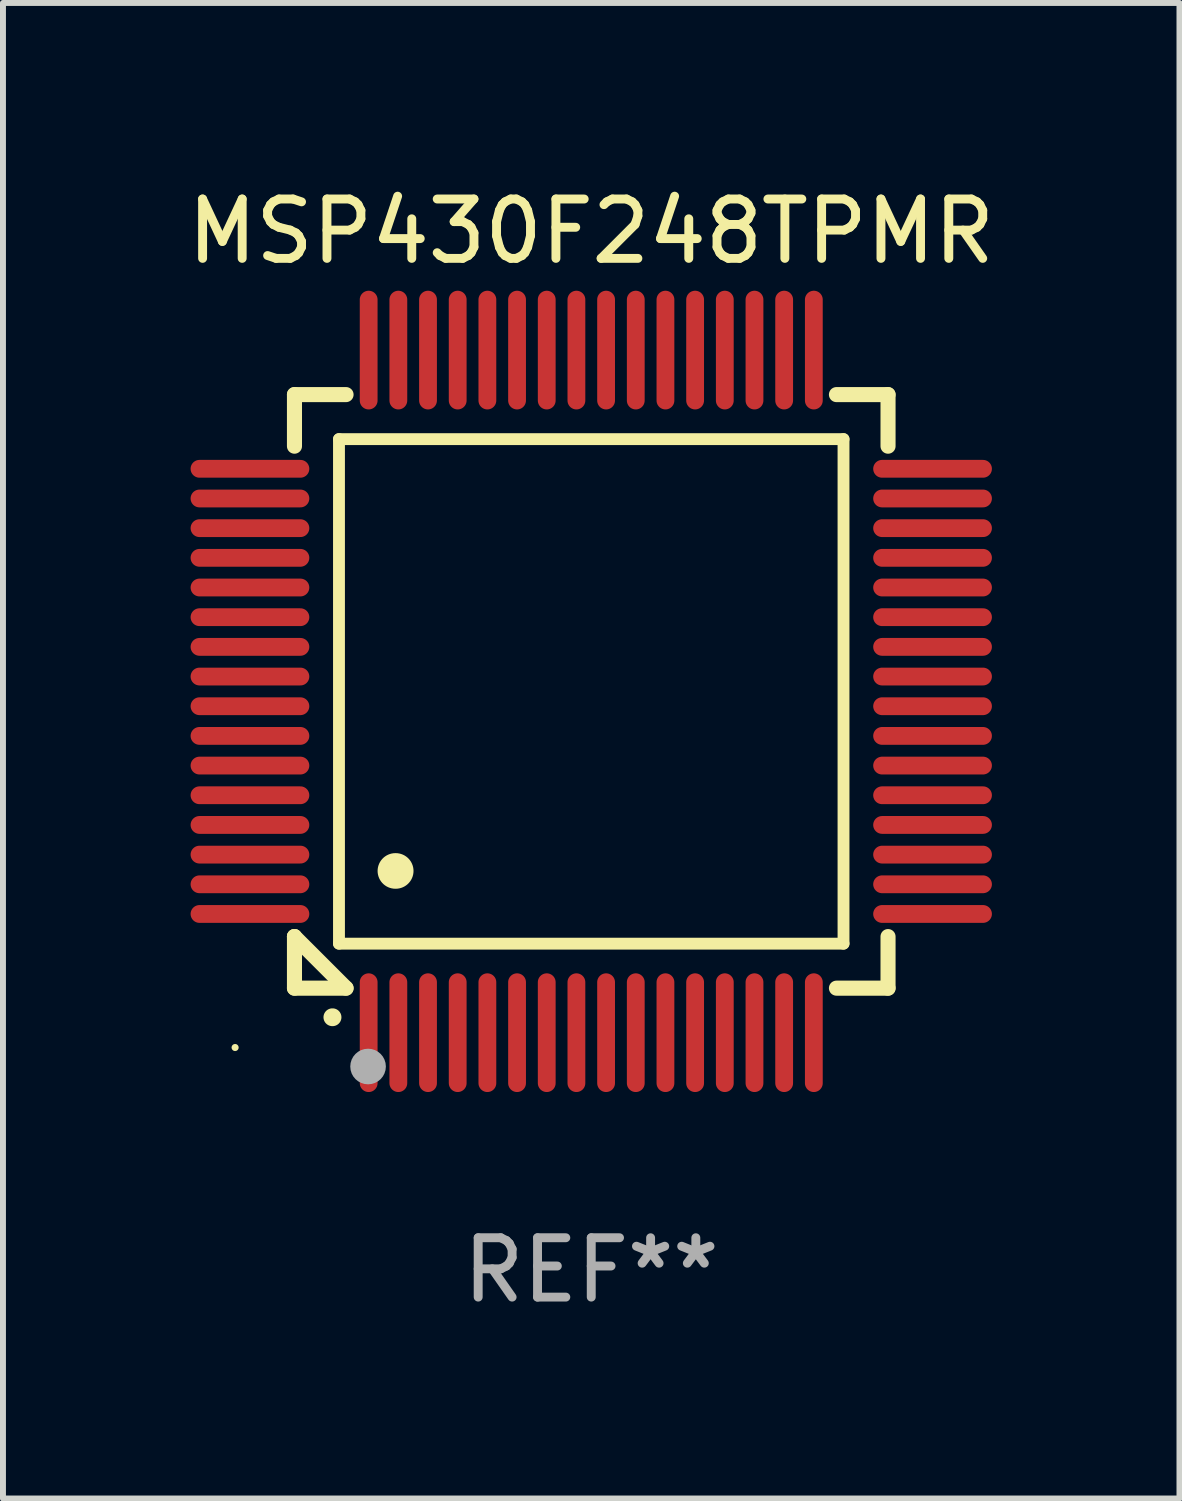
<source format=kicad_pcb>
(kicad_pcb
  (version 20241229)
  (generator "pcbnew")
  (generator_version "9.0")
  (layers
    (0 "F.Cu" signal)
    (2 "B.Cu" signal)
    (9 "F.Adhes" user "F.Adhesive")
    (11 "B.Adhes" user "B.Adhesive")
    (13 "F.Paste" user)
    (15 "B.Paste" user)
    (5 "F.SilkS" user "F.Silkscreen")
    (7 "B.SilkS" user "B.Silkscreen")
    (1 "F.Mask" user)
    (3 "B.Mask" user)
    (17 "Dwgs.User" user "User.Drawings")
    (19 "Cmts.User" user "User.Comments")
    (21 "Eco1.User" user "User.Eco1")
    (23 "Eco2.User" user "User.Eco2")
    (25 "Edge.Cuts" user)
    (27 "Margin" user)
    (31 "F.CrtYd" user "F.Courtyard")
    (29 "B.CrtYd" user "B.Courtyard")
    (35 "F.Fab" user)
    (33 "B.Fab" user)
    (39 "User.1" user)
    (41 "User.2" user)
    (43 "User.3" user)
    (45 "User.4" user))
  (footprint "MSP430F248TPMR"
    (layer "F.Cu")
    (at 6.911 8.598)
    (property "Reference" "MSP430F248TPMR" (at 0 -7.75 0) (layer "F.SilkS") (effects (font (size 1 1) (thickness 0.15))))
    (attr through_hole)
    (fp_line (start -5 -5) (end -4.131 -5) (stroke (width 0.254) (type solid)) (layer "F.SilkS"))
    (fp_line (start -5 -4.131) (end -5 -5) (stroke (width 0.254) (type solid)) (layer "F.SilkS"))
    (fp_line (start -5 4.131) (end -5 4.131) (stroke (width 0.254) (type solid)) (layer "F.SilkS"))
    (fp_line (start -5 5) (end -5 4.131) (stroke (width 0.254) (type solid)) (layer "F.SilkS"))
    (fp_line (start -5 4.131) (end -4.131 5) (stroke (width 0.254) (type solid)) (layer "F.SilkS"))
    (fp_line (start -4.25 -4.25) (end -4.25 4.25) (stroke (width 0.2) (type solid)) (layer "F.SilkS"))
    (fp_line (start -4.25 4.25) (end 4.25 4.25) (stroke (width 0.2) (type solid)) (layer "F.SilkS"))
    (fp_line (start -4.131 5) (end -5 5) (stroke (width 0.254) (type solid)) (layer "F.SilkS"))
    (fp_line (start 4.25 -4.25) (end -4.25 -4.25) (stroke (width 0.2) (type solid)) (layer "F.SilkS"))
    (fp_line (start 4.25 4.25) (end 4.25 -4.25) (stroke (width 0.2) (type solid)) (layer "F.SilkS"))
    (fp_line (start 5 -5) (end 4.131 -5) (stroke (width 0.254) (type solid)) (layer "F.SilkS"))
    (fp_line (start 5 -5) (end 5 -4.131) (stroke (width 0.254) (type solid)) (layer "F.SilkS"))
    (fp_line (start 5 4.131) (end 5 5) (stroke (width 0.254) (type solid)) (layer "F.SilkS"))
    (fp_line (start 5 5) (end 4.131 5) (stroke (width 0.254) (type solid)) (layer "F.SilkS"))
    (fp_arc (start -4.361265 5.489992) (mid -4.359995 5.489987) (end -4.358725 5.489992) (stroke (width 0.3) (type solid)) (layer "F.SilkS"))
    (fp_arc (start -3.299467 3.025146) (mid -3.296927 3.025135) (end -3.294387 3.025146) (stroke (width 0.6) (type solid)) (layer "F.SilkS"))
    (fp_circle (center -6 6) (end -5.97 6) (stroke (width 0.06) (type solid)) (fill no) (layer "F.SilkS"))
    (fp_circle (center -3.76 6.32) (end -3.61 6.32) (stroke (width 0.3) (type solid)) (fill no) (layer "F.Fab"))
    (fp_text user "REF**" (at 0 9.75 0) (layer "F.Fab") (effects (font (size 1 1) (thickness 0.15))))
    (pad "1" smd oval (at -3.75 5.75) (size 0.3 2) (layers "F.Cu" "F.Mask" "F.Paste"))
    (pad "2" smd oval (at -3.25 5.75) (size 0.3 2) (layers "F.Cu" "F.Mask" "F.Paste"))
    (pad "3" smd oval (at -2.75 5.75) (size 0.3 2) (layers "F.Cu" "F.Mask" "F.Paste"))
    (pad "4" smd oval (at -2.25 5.75) (size 0.3 2) (layers "F.Cu" "F.Mask" "F.Paste"))
    (pad "5" smd oval (at -1.75 5.75) (size 0.3 2) (layers "F.Cu" "F.Mask" "F.Paste"))
    (pad "6" smd oval (at -1.25 5.75) (size 0.3 2) (layers "F.Cu" "F.Mask" "F.Paste"))
    (pad "7" smd oval (at -0.75 5.75) (size 0.3 2) (layers "F.Cu" "F.Mask" "F.Paste"))
    (pad "8" smd oval (at -0.25 5.75) (size 0.3 2) (layers "F.Cu" "F.Mask" "F.Paste"))
    (pad "9" smd oval (at 0.25 5.75) (size 0.3 2) (layers "F.Cu" "F.Mask" "F.Paste"))
    (pad "10" smd oval (at 0.75 5.75) (size 0.3 2) (layers "F.Cu" "F.Mask" "F.Paste"))
    (pad "11" smd oval (at 1.25 5.75) (size 0.3 2) (layers "F.Cu" "F.Mask" "F.Paste"))
    (pad "12" smd oval (at 1.75 5.75) (size 0.3 2) (layers "F.Cu" "F.Mask" "F.Paste"))
    (pad "13" smd oval (at 2.25 5.75) (size 0.3 2) (layers "F.Cu" "F.Mask" "F.Paste"))
    (pad "14" smd oval (at 2.75 5.75) (size 0.3 2) (layers "F.Cu" "F.Mask" "F.Paste"))
    (pad "15" smd oval (at 3.25 5.75) (size 0.3 2) (layers "F.Cu" "F.Mask" "F.Paste"))
    (pad "16" smd oval (at 3.75 5.75) (size 0.3 2) (layers "F.Cu" "F.Mask" "F.Paste"))
    (pad "17" smd oval (at 5.75 3.75) (size 2 0.3) (layers "F.Cu" "F.Mask" "F.Paste"))
    (pad "18" smd oval (at 5.75 3.25) (size 2 0.3) (layers "F.Cu" "F.Mask" "F.Paste"))
    (pad "19" smd oval (at 5.75 2.75) (size 2 0.3) (layers "F.Cu" "F.Mask" "F.Paste"))
    (pad "20" smd oval (at 5.75 2.25) (size 2 0.3) (layers "F.Cu" "F.Mask" "F.Paste"))
    (pad "21" smd oval (at 5.75 1.75) (size 2 0.3) (layers "F.Cu" "F.Mask" "F.Paste"))
    (pad "22" smd oval (at 5.75 1.25) (size 2 0.3) (layers "F.Cu" "F.Mask" "F.Paste"))
    (pad "23" smd oval (at 5.75 0.75) (size 2 0.3) (layers "F.Cu" "F.Mask" "F.Paste"))
    (pad "24" smd oval (at 5.75 0.25) (size 2 0.3) (layers "F.Cu" "F.Mask" "F.Paste"))
    (pad "25" smd oval (at 5.75 -0.25) (size 2 0.3) (layers "F.Cu" "F.Mask" "F.Paste"))
    (pad "26" smd oval (at 5.75 -0.75) (size 2 0.3) (layers "F.Cu" "F.Mask" "F.Paste"))
    (pad "27" smd oval (at 5.75 -1.25) (size 2 0.3) (layers "F.Cu" "F.Mask" "F.Paste"))
    (pad "28" smd oval (at 5.75 -1.75) (size 2 0.3) (layers "F.Cu" "F.Mask" "F.Paste"))
    (pad "29" smd oval (at 5.75 -2.25) (size 2 0.3) (layers "F.Cu" "F.Mask" "F.Paste"))
    (pad "30" smd oval (at 5.75 -2.75) (size 2 0.3) (layers "F.Cu" "F.Mask" "F.Paste"))
    (pad "31" smd oval (at 5.75 -3.25) (size 2 0.3) (layers "F.Cu" "F.Mask" "F.Paste"))
    (pad "32" smd oval (at 5.75 -3.75) (size 2 0.3) (layers "F.Cu" "F.Mask" "F.Paste"))
    (pad "33" smd oval (at 3.75 -5.75) (size 0.3 2) (layers "F.Cu" "F.Mask" "F.Paste"))
    (pad "34" smd oval (at 3.25 -5.75) (size 0.3 2) (layers "F.Cu" "F.Mask" "F.Paste"))
    (pad "35" smd oval (at 2.75 -5.75) (size 0.3 2) (layers "F.Cu" "F.Mask" "F.Paste"))
    (pad "36" smd oval (at 2.25 -5.75) (size 0.3 2) (layers "F.Cu" "F.Mask" "F.Paste"))
    (pad "37" smd oval (at 1.75 -5.75) (size 0.3 2) (layers "F.Cu" "F.Mask" "F.Paste"))
    (pad "38" smd oval (at 1.25 -5.75) (size 0.3 2) (layers "F.Cu" "F.Mask" "F.Paste"))
    (pad "39" smd oval (at 0.75 -5.75) (size 0.3 2) (layers "F.Cu" "F.Mask" "F.Paste"))
    (pad "40" smd oval (at 0.25 -5.75) (size 0.3 2) (layers "F.Cu" "F.Mask" "F.Paste"))
    (pad "41" smd oval (at -0.25 -5.75) (size 0.3 2) (layers "F.Cu" "F.Mask" "F.Paste"))
    (pad "42" smd oval (at -0.75 -5.75) (size 0.3 2) (layers "F.Cu" "F.Mask" "F.Paste"))
    (pad "43" smd oval (at -1.25 -5.75) (size 0.3 2) (layers "F.Cu" "F.Mask" "F.Paste"))
    (pad "44" smd oval (at -1.75 -5.75) (size 0.3 2) (layers "F.Cu" "F.Mask" "F.Paste"))
    (pad "45" smd oval (at -2.25 -5.75) (size 0.3 2) (layers "F.Cu" "F.Mask" "F.Paste"))
    (pad "46" smd oval (at -2.75 -5.75) (size 0.3 2) (layers "F.Cu" "F.Mask" "F.Paste"))
    (pad "47" smd oval (at -3.25 -5.75) (size 0.3 2) (layers "F.Cu" "F.Mask" "F.Paste"))
    (pad "48" smd oval (at -3.75 -5.75) (size 0.3 2) (layers "F.Cu" "F.Mask" "F.Paste"))
    (pad "49" smd oval (at -5.75 -3.75) (size 2 0.3) (layers "F.Cu" "F.Mask" "F.Paste"))
    (pad "50" smd oval (at -5.75 -3.25) (size 2 0.3) (layers "F.Cu" "F.Mask" "F.Paste"))
    (pad "51" smd oval (at -5.75 -2.75) (size 2 0.3) (layers "F.Cu" "F.Mask" "F.Paste"))
    (pad "52" smd oval (at -5.75 -2.25) (size 2 0.3) (layers "F.Cu" "F.Mask" "F.Paste"))
    (pad "53" smd oval (at -5.75 -1.75) (size 2 0.3) (layers "F.Cu" "F.Mask" "F.Paste"))
    (pad "54" smd oval (at -5.75 -1.25) (size 2 0.3) (layers "F.Cu" "F.Mask" "F.Paste"))
    (pad "55" smd oval (at -5.75 -0.75) (size 2 0.3) (layers "F.Cu" "F.Mask" "F.Paste"))
    (pad "56" smd oval (at -5.75 -0.25) (size 2 0.3) (layers "F.Cu" "F.Mask" "F.Paste"))
    (pad "57" smd oval (at -5.75 0.25) (size 2 0.3) (layers "F.Cu" "F.Mask" "F.Paste"))
    (pad "58" smd oval (at -5.75 0.75) (size 2 0.3) (layers "F.Cu" "F.Mask" "F.Paste"))
    (pad "59" smd oval (at -5.75 1.25) (size 2 0.3) (layers "F.Cu" "F.Mask" "F.Paste"))
    (pad "60" smd oval (at -5.75 1.75) (size 2 0.3) (layers "F.Cu" "F.Mask" "F.Paste"))
    (pad "61" smd oval (at -5.75 2.25) (size 2 0.3) (layers "F.Cu" "F.Mask" "F.Paste"))
    (pad "62" smd oval (at -5.75 2.75) (size 2 0.3) (layers "F.Cu" "F.Mask" "F.Paste"))
    (pad "63" smd oval (at -5.75 3.25) (size 2 0.3) (layers "F.Cu" "F.Mask" "F.Paste"))
    (pad "64" smd oval (at -5.75 3.75) (size 2 0.3) (layers "F.Cu" "F.Mask" "F.Paste")))
  (gr_rect
    (start -3 -3)
    (end 16.821 22.196)
    (stroke (width 0.1) (type default))
    (fill no)
    (layer "Edge.Cuts")))
</source>
